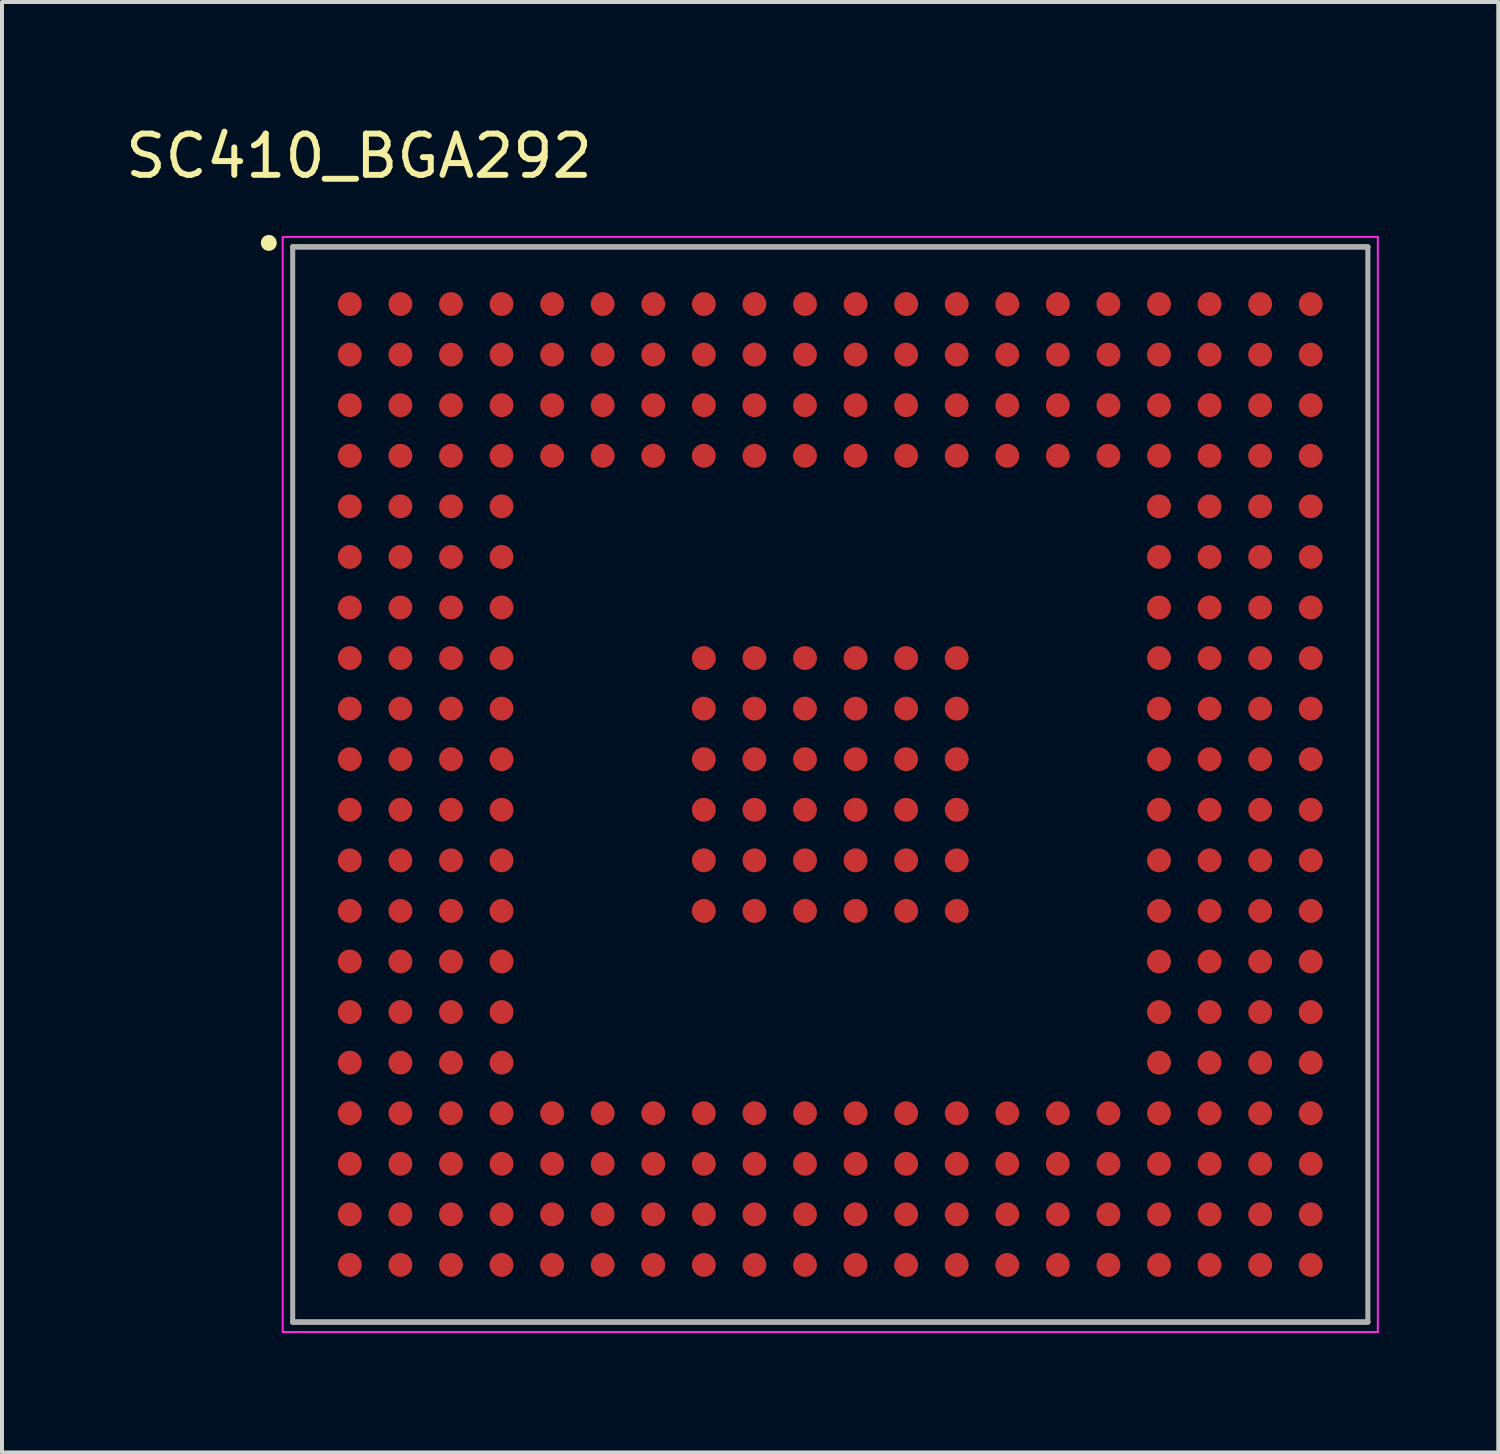
<source format=kicad_pcb>
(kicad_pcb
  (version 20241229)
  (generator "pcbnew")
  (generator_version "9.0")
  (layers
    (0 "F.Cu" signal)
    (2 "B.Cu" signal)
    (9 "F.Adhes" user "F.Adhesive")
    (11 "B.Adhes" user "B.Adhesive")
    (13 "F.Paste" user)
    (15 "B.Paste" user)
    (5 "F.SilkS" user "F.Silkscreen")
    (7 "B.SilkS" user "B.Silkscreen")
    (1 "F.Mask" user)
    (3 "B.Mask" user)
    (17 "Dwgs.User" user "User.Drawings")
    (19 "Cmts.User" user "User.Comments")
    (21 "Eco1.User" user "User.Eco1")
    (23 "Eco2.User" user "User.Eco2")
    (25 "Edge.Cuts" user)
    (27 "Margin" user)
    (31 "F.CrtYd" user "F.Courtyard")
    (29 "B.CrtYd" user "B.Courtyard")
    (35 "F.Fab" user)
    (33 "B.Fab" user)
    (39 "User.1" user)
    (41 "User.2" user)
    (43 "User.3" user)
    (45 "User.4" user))
  (footprint "SC410_BGA292"
    (layer "F.Cu")
    (at 17.8 16.65)
    (property "Reference" "SC410_BGA292" (at -11.834 -15.781 0) (layer "F.SilkS") (effects (font (size 1.036 1.036) (thickness 0.15))))
    (attr smd)
    (fp_line (start 13.5 -13.5) (end -13.5 -13.5) (stroke (width 0.127) (type solid)) (layer "F.SilkS"))
    (fp_line (start 13.5 13.5) (end -13.5 13.5) (stroke (width 0.127) (type solid)) (layer "F.SilkS"))
    (fp_circle (center -14.1 -13.6) (end -13.9 -13.6) (stroke (width 0) (type solid)) (fill yes) (layer "F.SilkS"))
    (fp_line (start -13.75 -13.75) (end 13.75 -13.75) (stroke (width 0.05) (type solid)) (layer "F.CrtYd"))
    (fp_line (start -13.75 13.75) (end -13.75 -13.75) (stroke (width 0.05) (type solid)) (layer "F.CrtYd"))
    (fp_line (start -13.75 13.75) (end 13.75 13.75) (stroke (width 0.05) (type solid)) (layer "F.CrtYd"))
    (fp_line (start 13.75 13.75) (end 13.75 -13.75) (stroke (width 0.05) (type solid)) (layer "F.CrtYd"))
    (fp_line (start -13.5 13.5) (end -13.5 -13.5) (stroke (width 0.127) (type solid)) (layer "F.Fab"))
    (fp_line (start 13.5 -13.5) (end -13.5 -13.5) (stroke (width 0.127) (type solid)) (layer "F.Fab"))
    (fp_line (start 13.5 13.5) (end -13.5 13.5) (stroke (width 0.127) (type solid)) (layer "F.Fab"))
    (fp_line (start 13.5 13.5) (end 13.5 -13.5) (stroke (width 0.127) (type solid)) (layer "F.Fab"))
    (pad "A1" smd circle (at -12.065 -12.065) (size 0.6 0.6) (layers "F.Cu" "F.Mask" "F.Paste"))
    (pad "A2" smd circle (at -10.795 -12.065) (size 0.6 0.6) (layers "F.Cu" "F.Mask" "F.Paste"))
    (pad "A3" smd circle (at -9.525 -12.065) (size 0.6 0.6) (layers "F.Cu" "F.Mask" "F.Paste"))
    (pad "A4" smd circle (at -8.255 -12.065) (size 0.6 0.6) (layers "F.Cu" "F.Mask" "F.Paste"))
    (pad "A5" smd circle (at -6.985 -12.065) (size 0.6 0.6) (layers "F.Cu" "F.Mask" "F.Paste"))
    (pad "A6" smd circle (at -5.715 -12.065) (size 0.6 0.6) (layers "F.Cu" "F.Mask" "F.Paste"))
    (pad "A7" smd circle (at -4.445 -12.065) (size 0.6 0.6) (layers "F.Cu" "F.Mask" "F.Paste"))
    (pad "A8" smd circle (at -3.175 -12.065) (size 0.6 0.6) (layers "F.Cu" "F.Mask" "F.Paste"))
    (pad "A9" smd circle (at -1.905 -12.065) (size 0.6 0.6) (layers "F.Cu" "F.Mask" "F.Paste"))
    (pad "A10" smd circle (at -0.635 -12.065) (size 0.6 0.6) (layers "F.Cu" "F.Mask" "F.Paste"))
    (pad "A11" smd circle (at 0.635 -12.065) (size 0.6 0.6) (layers "F.Cu" "F.Mask" "F.Paste"))
    (pad "A12" smd circle (at 1.905 -12.065) (size 0.6 0.6) (layers "F.Cu" "F.Mask" "F.Paste"))
    (pad "A13" smd circle (at 3.175 -12.065) (size 0.6 0.6) (layers "F.Cu" "F.Mask" "F.Paste"))
    (pad "A14" smd circle (at 4.445 -12.065) (size 0.6 0.6) (layers "F.Cu" "F.Mask" "F.Paste"))
    (pad "A15" smd circle (at 5.715 -12.065) (size 0.6 0.6) (layers "F.Cu" "F.Mask" "F.Paste"))
    (pad "A16" smd circle (at 6.985 -12.065) (size 0.6 0.6) (layers "F.Cu" "F.Mask" "F.Paste"))
    (pad "A17" smd circle (at 8.255 -12.065) (size 0.6 0.6) (layers "F.Cu" "F.Mask" "F.Paste"))
    (pad "A18" smd circle (at 9.525 -12.065) (size 0.6 0.6) (layers "F.Cu" "F.Mask" "F.Paste"))
    (pad "A19" smd circle (at 10.795 -12.065) (size 0.6 0.6) (layers "F.Cu" "F.Mask" "F.Paste"))
    (pad "A20" smd circle (at 12.065 -12.065) (size 0.6 0.6) (layers "F.Cu" "F.Mask" "F.Paste"))
    (pad "B1" smd circle (at -12.065 -10.795) (size 0.6 0.6) (layers "F.Cu" "F.Mask" "F.Paste"))
    (pad "B2" smd circle (at -10.795 -10.795) (size 0.6 0.6) (layers "F.Cu" "F.Mask" "F.Paste"))
    (pad "B3" smd circle (at -9.525 -10.795) (size 0.6 0.6) (layers "F.Cu" "F.Mask" "F.Paste"))
    (pad "B4" smd circle (at -8.255 -10.795) (size 0.6 0.6) (layers "F.Cu" "F.Mask" "F.Paste"))
    (pad "B5" smd circle (at -6.985 -10.795) (size 0.6 0.6) (layers "F.Cu" "F.Mask" "F.Paste"))
    (pad "B6" smd circle (at -5.715 -10.795) (size 0.6 0.6) (layers "F.Cu" "F.Mask" "F.Paste"))
    (pad "B7" smd circle (at -4.445 -10.795) (size 0.6 0.6) (layers "F.Cu" "F.Mask" "F.Paste"))
    (pad "B8" smd circle (at -3.175 -10.795) (size 0.6 0.6) (layers "F.Cu" "F.Mask" "F.Paste"))
    (pad "B9" smd circle (at -1.905 -10.795) (size 0.6 0.6) (layers "F.Cu" "F.Mask" "F.Paste"))
    (pad "B10" smd circle (at -0.635 -10.795) (size 0.6 0.6) (layers "F.Cu" "F.Mask" "F.Paste"))
    (pad "B11" smd circle (at 0.635 -10.795) (size 0.6 0.6) (layers "F.Cu" "F.Mask" "F.Paste"))
    (pad "B12" smd circle (at 1.905 -10.795) (size 0.6 0.6) (layers "F.Cu" "F.Mask" "F.Paste"))
    (pad "B13" smd circle (at 3.175 -10.795) (size 0.6 0.6) (layers "F.Cu" "F.Mask" "F.Paste"))
    (pad "B14" smd circle (at 4.445 -10.795) (size 0.6 0.6) (layers "F.Cu" "F.Mask" "F.Paste"))
    (pad "B15" smd circle (at 5.715 -10.795) (size 0.6 0.6) (layers "F.Cu" "F.Mask" "F.Paste"))
    (pad "B16" smd circle (at 6.985 -10.795) (size 0.6 0.6) (layers "F.Cu" "F.Mask" "F.Paste"))
    (pad "B17" smd circle (at 8.255 -10.795) (size 0.6 0.6) (layers "F.Cu" "F.Mask" "F.Paste"))
    (pad "B18" smd circle (at 9.525 -10.795) (size 0.6 0.6) (layers "F.Cu" "F.Mask" "F.Paste"))
    (pad "B19" smd circle (at 10.795 -10.795) (size 0.6 0.6) (layers "F.Cu" "F.Mask" "F.Paste"))
    (pad "B20" smd circle (at 12.065 -10.795) (size 0.6 0.6) (layers "F.Cu" "F.Mask" "F.Paste"))
    (pad "C1" smd circle (at -12.065 -9.525) (size 0.6 0.6) (layers "F.Cu" "F.Mask" "F.Paste"))
    (pad "C2" smd circle (at -10.795 -9.525) (size 0.6 0.6) (layers "F.Cu" "F.Mask" "F.Paste"))
    (pad "C3" smd circle (at -9.525 -9.525) (size 0.6 0.6) (layers "F.Cu" "F.Mask" "F.Paste"))
    (pad "C4" smd circle (at -8.255 -9.525) (size 0.6 0.6) (layers "F.Cu" "F.Mask" "F.Paste"))
    (pad "C5" smd circle (at -6.985 -9.525) (size 0.6 0.6) (layers "F.Cu" "F.Mask" "F.Paste"))
    (pad "C6" smd circle (at -5.715 -9.525) (size 0.6 0.6) (layers "F.Cu" "F.Mask" "F.Paste"))
    (pad "C7" smd circle (at -4.445 -9.525) (size 0.6 0.6) (layers "F.Cu" "F.Mask" "F.Paste"))
    (pad "C8" smd circle (at -3.175 -9.525) (size 0.6 0.6) (layers "F.Cu" "F.Mask" "F.Paste"))
    (pad "C9" smd circle (at -1.905 -9.525) (size 0.6 0.6) (layers "F.Cu" "F.Mask" "F.Paste"))
    (pad "C10" smd circle (at -0.635 -9.525) (size 0.6 0.6) (layers "F.Cu" "F.Mask" "F.Paste"))
    (pad "C11" smd circle (at 0.635 -9.525) (size 0.6 0.6) (layers "F.Cu" "F.Mask" "F.Paste"))
    (pad "C12" smd circle (at 1.905 -9.525) (size 0.6 0.6) (layers "F.Cu" "F.Mask" "F.Paste"))
    (pad "C13" smd circle (at 3.175 -9.525) (size 0.6 0.6) (layers "F.Cu" "F.Mask" "F.Paste"))
    (pad "C14" smd circle (at 4.445 -9.525) (size 0.6 0.6) (layers "F.Cu" "F.Mask" "F.Paste"))
    (pad "C15" smd circle (at 5.715 -9.525) (size 0.6 0.6) (layers "F.Cu" "F.Mask" "F.Paste"))
    (pad "C16" smd circle (at 6.985 -9.525) (size 0.6 0.6) (layers "F.Cu" "F.Mask" "F.Paste"))
    (pad "C17" smd circle (at 8.255 -9.525) (size 0.6 0.6) (layers "F.Cu" "F.Mask" "F.Paste"))
    (pad "C18" smd circle (at 9.525 -9.525) (size 0.6 0.6) (layers "F.Cu" "F.Mask" "F.Paste"))
    (pad "C19" smd circle (at 10.795 -9.525) (size 0.6 0.6) (layers "F.Cu" "F.Mask" "F.Paste"))
    (pad "C20" smd circle (at 12.065 -9.525) (size 0.6 0.6) (layers "F.Cu" "F.Mask" "F.Paste"))
    (pad "D1" smd circle (at -12.065 -8.255) (size 0.6 0.6) (layers "F.Cu" "F.Mask" "F.Paste"))
    (pad "D2" smd circle (at -10.795 -8.255) (size 0.6 0.6) (layers "F.Cu" "F.Mask" "F.Paste"))
    (pad "D3" smd circle (at -9.525 -8.255) (size 0.6 0.6) (layers "F.Cu" "F.Mask" "F.Paste"))
    (pad "D4" smd circle (at -8.255 -8.255) (size 0.6 0.6) (layers "F.Cu" "F.Mask" "F.Paste"))
    (pad "D5" smd circle (at -6.985 -8.255) (size 0.6 0.6) (layers "F.Cu" "F.Mask" "F.Paste"))
    (pad "D6" smd circle (at -5.715 -8.255) (size 0.6 0.6) (layers "F.Cu" "F.Mask" "F.Paste"))
    (pad "D7" smd circle (at -4.445 -8.255) (size 0.6 0.6) (layers "F.Cu" "F.Mask" "F.Paste"))
    (pad "D8" smd circle (at -3.175 -8.255) (size 0.6 0.6) (layers "F.Cu" "F.Mask" "F.Paste"))
    (pad "D9" smd circle (at -1.905 -8.255) (size 0.6 0.6) (layers "F.Cu" "F.Mask" "F.Paste"))
    (pad "D10" smd circle (at -0.635 -8.255) (size 0.6 0.6) (layers "F.Cu" "F.Mask" "F.Paste"))
    (pad "D11" smd circle (at 0.635 -8.255) (size 0.6 0.6) (layers "F.Cu" "F.Mask" "F.Paste"))
    (pad "D12" smd circle (at 1.905 -8.255) (size 0.6 0.6) (layers "F.Cu" "F.Mask" "F.Paste"))
    (pad "D13" smd circle (at 3.175 -8.255) (size 0.6 0.6) (layers "F.Cu" "F.Mask" "F.Paste"))
    (pad "D14" smd circle (at 4.445 -8.255) (size 0.6 0.6) (layers "F.Cu" "F.Mask" "F.Paste"))
    (pad "D15" smd circle (at 5.715 -8.255) (size 0.6 0.6) (layers "F.Cu" "F.Mask" "F.Paste"))
    (pad "D16" smd circle (at 6.985 -8.255) (size 0.6 0.6) (layers "F.Cu" "F.Mask" "F.Paste"))
    (pad "D17" smd circle (at 8.255 -8.255) (size 0.6 0.6) (layers "F.Cu" "F.Mask" "F.Paste"))
    (pad "D18" smd circle (at 9.525 -8.255) (size 0.6 0.6) (layers "F.Cu" "F.Mask" "F.Paste"))
    (pad "D19" smd circle (at 10.795 -8.255) (size 0.6 0.6) (layers "F.Cu" "F.Mask" "F.Paste"))
    (pad "D20" smd circle (at 12.065 -8.255) (size 0.6 0.6) (layers "F.Cu" "F.Mask" "F.Paste"))
    (pad "E1" smd circle (at -12.065 -6.985) (size 0.6 0.6) (layers "F.Cu" "F.Mask" "F.Paste"))
    (pad "E2" smd circle (at -10.795 -6.985) (size 0.6 0.6) (layers "F.Cu" "F.Mask" "F.Paste"))
    (pad "E3" smd circle (at -9.525 -6.985) (size 0.6 0.6) (layers "F.Cu" "F.Mask" "F.Paste"))
    (pad "E4" smd circle (at -8.255 -6.985) (size 0.6 0.6) (layers "F.Cu" "F.Mask" "F.Paste"))
    (pad "E17" smd circle (at 8.255 -6.985) (size 0.6 0.6) (layers "F.Cu" "F.Mask" "F.Paste"))
    (pad "E18" smd circle (at 9.525 -6.985) (size 0.6 0.6) (layers "F.Cu" "F.Mask" "F.Paste"))
    (pad "E19" smd circle (at 10.795 -6.985) (size 0.6 0.6) (layers "F.Cu" "F.Mask" "F.Paste"))
    (pad "E20" smd circle (at 12.065 -6.985) (size 0.6 0.6) (layers "F.Cu" "F.Mask" "F.Paste"))
    (pad "F1" smd circle (at -12.065 -5.715) (size 0.6 0.6) (layers "F.Cu" "F.Mask" "F.Paste"))
    (pad "F2" smd circle (at -10.795 -5.715) (size 0.6 0.6) (layers "F.Cu" "F.Mask" "F.Paste"))
    (pad "F3" smd circle (at -9.525 -5.715) (size 0.6 0.6) (layers "F.Cu" "F.Mask" "F.Paste"))
    (pad "F4" smd circle (at -8.255 -5.715) (size 0.6 0.6) (layers "F.Cu" "F.Mask" "F.Paste"))
    (pad "F17" smd circle (at 8.255 -5.715) (size 0.6 0.6) (layers "F.Cu" "F.Mask" "F.Paste"))
    (pad "F18" smd circle (at 9.525 -5.715) (size 0.6 0.6) (layers "F.Cu" "F.Mask" "F.Paste"))
    (pad "F19" smd circle (at 10.795 -5.715) (size 0.6 0.6) (layers "F.Cu" "F.Mask" "F.Paste"))
    (pad "F20" smd circle (at 12.065 -5.715) (size 0.6 0.6) (layers "F.Cu" "F.Mask" "F.Paste"))
    (pad "G1" smd circle (at -12.065 -4.445) (size 0.6 0.6) (layers "F.Cu" "F.Mask" "F.Paste"))
    (pad "G2" smd circle (at -10.795 -4.445) (size 0.6 0.6) (layers "F.Cu" "F.Mask" "F.Paste"))
    (pad "G3" smd circle (at -9.525 -4.445) (size 0.6 0.6) (layers "F.Cu" "F.Mask" "F.Paste"))
    (pad "G4" smd circle (at -8.255 -4.445) (size 0.6 0.6) (layers "F.Cu" "F.Mask" "F.Paste"))
    (pad "G17" smd circle (at 8.255 -4.445) (size 0.6 0.6) (layers "F.Cu" "F.Mask" "F.Paste"))
    (pad "G18" smd circle (at 9.525 -4.445) (size 0.6 0.6) (layers "F.Cu" "F.Mask" "F.Paste"))
    (pad "G19" smd circle (at 10.795 -4.445) (size 0.6 0.6) (layers "F.Cu" "F.Mask" "F.Paste"))
    (pad "G20" smd circle (at 12.065 -4.445) (size 0.6 0.6) (layers "F.Cu" "F.Mask" "F.Paste"))
    (pad "H1" smd circle (at -12.065 -3.175) (size 0.6 0.6) (layers "F.Cu" "F.Mask" "F.Paste"))
    (pad "H2" smd circle (at -10.795 -3.175) (size 0.6 0.6) (layers "F.Cu" "F.Mask" "F.Paste"))
    (pad "H3" smd circle (at -9.525 -3.175) (size 0.6 0.6) (layers "F.Cu" "F.Mask" "F.Paste"))
    (pad "H4" smd circle (at -8.255 -3.175) (size 0.6 0.6) (layers "F.Cu" "F.Mask" "F.Paste"))
    (pad "H8" smd circle (at -3.175 -3.175) (size 0.6 0.6) (layers "F.Cu" "F.Mask" "F.Paste"))
    (pad "H9" smd circle (at -1.905 -3.175) (size 0.6 0.6) (layers "F.Cu" "F.Mask" "F.Paste"))
    (pad "H10" smd circle (at -0.635 -3.175) (size 0.6 0.6) (layers "F.Cu" "F.Mask" "F.Paste"))
    (pad "H11" smd circle (at 0.635 -3.175) (size 0.6 0.6) (layers "F.Cu" "F.Mask" "F.Paste"))
    (pad "H12" smd circle (at 1.905 -3.175) (size 0.6 0.6) (layers "F.Cu" "F.Mask" "F.Paste"))
    (pad "H13" smd circle (at 3.175 -3.175) (size 0.6 0.6) (layers "F.Cu" "F.Mask" "F.Paste"))
    (pad "H17" smd circle (at 8.255 -3.175) (size 0.6 0.6) (layers "F.Cu" "F.Mask" "F.Paste"))
    (pad "H18" smd circle (at 9.525 -3.175) (size 0.6 0.6) (layers "F.Cu" "F.Mask" "F.Paste"))
    (pad "H19" smd circle (at 10.795 -3.175) (size 0.6 0.6) (layers "F.Cu" "F.Mask" "F.Paste"))
    (pad "H20" smd circle (at 12.065 -3.175) (size 0.6 0.6) (layers "F.Cu" "F.Mask" "F.Paste"))
    (pad "J1" smd circle (at -12.065 -1.905) (size 0.6 0.6) (layers "F.Cu" "F.Mask" "F.Paste"))
    (pad "J2" smd circle (at -10.795 -1.905) (size 0.6 0.6) (layers "F.Cu" "F.Mask" "F.Paste"))
    (pad "J3" smd circle (at -9.525 -1.905) (size 0.6 0.6) (layers "F.Cu" "F.Mask" "F.Paste"))
    (pad "J4" smd circle (at -8.255 -1.905) (size 0.6 0.6) (layers "F.Cu" "F.Mask" "F.Paste"))
    (pad "J8" smd circle (at -3.175 -1.905) (size 0.6 0.6) (layers "F.Cu" "F.Mask" "F.Paste"))
    (pad "J9" smd circle (at -1.905 -1.905) (size 0.6 0.6) (layers "F.Cu" "F.Mask" "F.Paste"))
    (pad "J10" smd circle (at -0.635 -1.905) (size 0.6 0.6) (layers "F.Cu" "F.Mask" "F.Paste"))
    (pad "J11" smd circle (at 0.635 -1.905) (size 0.6 0.6) (layers "F.Cu" "F.Mask" "F.Paste"))
    (pad "J12" smd circle (at 1.905 -1.905) (size 0.6 0.6) (layers "F.Cu" "F.Mask" "F.Paste"))
    (pad "J13" smd circle (at 3.175 -1.905) (size 0.6 0.6) (layers "F.Cu" "F.Mask" "F.Paste"))
    (pad "J17" smd circle (at 8.255 -1.905) (size 0.6 0.6) (layers "F.Cu" "F.Mask" "F.Paste"))
    (pad "J18" smd circle (at 9.525 -1.905) (size 0.6 0.6) (layers "F.Cu" "F.Mask" "F.Paste"))
    (pad "J19" smd circle (at 10.795 -1.905) (size 0.6 0.6) (layers "F.Cu" "F.Mask" "F.Paste"))
    (pad "J20" smd circle (at 12.065 -1.905) (size 0.6 0.6) (layers "F.Cu" "F.Mask" "F.Paste"))
    (pad "K1" smd circle (at -12.065 -0.635) (size 0.6 0.6) (layers "F.Cu" "F.Mask" "F.Paste"))
    (pad "K2" smd circle (at -10.795 -0.635) (size 0.6 0.6) (layers "F.Cu" "F.Mask" "F.Paste"))
    (pad "K3" smd circle (at -9.525 -0.635) (size 0.6 0.6) (layers "F.Cu" "F.Mask" "F.Paste"))
    (pad "K4" smd circle (at -8.255 -0.635) (size 0.6 0.6) (layers "F.Cu" "F.Mask" "F.Paste"))
    (pad "K8" smd circle (at -3.175 -0.635) (size 0.6 0.6) (layers "F.Cu" "F.Mask" "F.Paste"))
    (pad "K9" smd circle (at -1.905 -0.635) (size 0.6 0.6) (layers "F.Cu" "F.Mask" "F.Paste"))
    (pad "K10" smd circle (at -0.635 -0.635) (size 0.6 0.6) (layers "F.Cu" "F.Mask" "F.Paste"))
    (pad "K11" smd circle (at 0.635 -0.635) (size 0.6 0.6) (layers "F.Cu" "F.Mask" "F.Paste"))
    (pad "K12" smd circle (at 1.905 -0.635) (size 0.6 0.6) (layers "F.Cu" "F.Mask" "F.Paste"))
    (pad "K13" smd circle (at 3.175 -0.635) (size 0.6 0.6) (layers "F.Cu" "F.Mask" "F.Paste"))
    (pad "K17" smd circle (at 8.255 -0.635) (size 0.6 0.6) (layers "F.Cu" "F.Mask" "F.Paste"))
    (pad "K18" smd circle (at 9.525 -0.635) (size 0.6 0.6) (layers "F.Cu" "F.Mask" "F.Paste"))
    (pad "K19" smd circle (at 10.795 -0.635) (size 0.6 0.6) (layers "F.Cu" "F.Mask" "F.Paste"))
    (pad "K20" smd circle (at 12.065 -0.635) (size 0.6 0.6) (layers "F.Cu" "F.Mask" "F.Paste"))
    (pad "L1" smd circle (at -12.065 0.635) (size 0.6 0.6) (layers "F.Cu" "F.Mask" "F.Paste"))
    (pad "L2" smd circle (at -10.795 0.635) (size 0.6 0.6) (layers "F.Cu" "F.Mask" "F.Paste"))
    (pad "L3" smd circle (at -9.525 0.635) (size 0.6 0.6) (layers "F.Cu" "F.Mask" "F.Paste"))
    (pad "L4" smd circle (at -8.255 0.635) (size 0.6 0.6) (layers "F.Cu" "F.Mask" "F.Paste"))
    (pad "L8" smd circle (at -3.175 0.635) (size 0.6 0.6) (layers "F.Cu" "F.Mask" "F.Paste"))
    (pad "L9" smd circle (at -1.905 0.635) (size 0.6 0.6) (layers "F.Cu" "F.Mask" "F.Paste"))
    (pad "L10" smd circle (at -0.635 0.635) (size 0.6 0.6) (layers "F.Cu" "F.Mask" "F.Paste"))
    (pad "L11" smd circle (at 0.635 0.635) (size 0.6 0.6) (layers "F.Cu" "F.Mask" "F.Paste"))
    (pad "L12" smd circle (at 1.905 0.635) (size 0.6 0.6) (layers "F.Cu" "F.Mask" "F.Paste"))
    (pad "L13" smd circle (at 3.175 0.635) (size 0.6 0.6) (layers "F.Cu" "F.Mask" "F.Paste"))
    (pad "L17" smd circle (at 8.255 0.635) (size 0.6 0.6) (layers "F.Cu" "F.Mask" "F.Paste"))
    (pad "L18" smd circle (at 9.525 0.635) (size 0.6 0.6) (layers "F.Cu" "F.Mask" "F.Paste"))
    (pad "L19" smd circle (at 10.795 0.635) (size 0.6 0.6) (layers "F.Cu" "F.Mask" "F.Paste"))
    (pad "L20" smd circle (at 12.065 0.635) (size 0.6 0.6) (layers "F.Cu" "F.Mask" "F.Paste"))
    (pad "M1" smd circle (at -12.065 1.905) (size 0.6 0.6) (layers "F.Cu" "F.Mask" "F.Paste"))
    (pad "M2" smd circle (at -10.795 1.905) (size 0.6 0.6) (layers "F.Cu" "F.Mask" "F.Paste"))
    (pad "M3" smd circle (at -9.525 1.905) (size 0.6 0.6) (layers "F.Cu" "F.Mask" "F.Paste"))
    (pad "M4" smd circle (at -8.255 1.905) (size 0.6 0.6) (layers "F.Cu" "F.Mask" "F.Paste"))
    (pad "M8" smd circle (at -3.175 1.905) (size 0.6 0.6) (layers "F.Cu" "F.Mask" "F.Paste"))
    (pad "M9" smd circle (at -1.905 1.905) (size 0.6 0.6) (layers "F.Cu" "F.Mask" "F.Paste"))
    (pad "M10" smd circle (at -0.635 1.905) (size 0.6 0.6) (layers "F.Cu" "F.Mask" "F.Paste"))
    (pad "M11" smd circle (at 0.635 1.905) (size 0.6 0.6) (layers "F.Cu" "F.Mask" "F.Paste"))
    (pad "M12" smd circle (at 1.905 1.905) (size 0.6 0.6) (layers "F.Cu" "F.Mask" "F.Paste"))
    (pad "M13" smd circle (at 3.175 1.905) (size 0.6 0.6) (layers "F.Cu" "F.Mask" "F.Paste"))
    (pad "M17" smd circle (at 8.255 1.905) (size 0.6 0.6) (layers "F.Cu" "F.Mask" "F.Paste"))
    (pad "M18" smd circle (at 9.525 1.905) (size 0.6 0.6) (layers "F.Cu" "F.Mask" "F.Paste"))
    (pad "M19" smd circle (at 10.795 1.905) (size 0.6 0.6) (layers "F.Cu" "F.Mask" "F.Paste"))
    (pad "M20" smd circle (at 12.065 1.905) (size 0.6 0.6) (layers "F.Cu" "F.Mask" "F.Paste"))
    (pad "N1" smd circle (at -12.065 3.175) (size 0.6 0.6) (layers "F.Cu" "F.Mask" "F.Paste"))
    (pad "N2" smd circle (at -10.795 3.175) (size 0.6 0.6) (layers "F.Cu" "F.Mask" "F.Paste"))
    (pad "N3" smd circle (at -9.525 3.175) (size 0.6 0.6) (layers "F.Cu" "F.Mask" "F.Paste"))
    (pad "N4" smd circle (at -8.255 3.175) (size 0.6 0.6) (layers "F.Cu" "F.Mask" "F.Paste"))
    (pad "N8" smd circle (at -3.175 3.175) (size 0.6 0.6) (layers "F.Cu" "F.Mask" "F.Paste"))
    (pad "N9" smd circle (at -1.905 3.175) (size 0.6 0.6) (layers "F.Cu" "F.Mask" "F.Paste"))
    (pad "N10" smd circle (at -0.635 3.175) (size 0.6 0.6) (layers "F.Cu" "F.Mask" "F.Paste"))
    (pad "N11" smd circle (at 0.635 3.175) (size 0.6 0.6) (layers "F.Cu" "F.Mask" "F.Paste"))
    (pad "N12" smd circle (at 1.905 3.175) (size 0.6 0.6) (layers "F.Cu" "F.Mask" "F.Paste"))
    (pad "N13" smd circle (at 3.175 3.175) (size 0.6 0.6) (layers "F.Cu" "F.Mask" "F.Paste"))
    (pad "N17" smd circle (at 8.255 3.175) (size 0.6 0.6) (layers "F.Cu" "F.Mask" "F.Paste"))
    (pad "N18" smd circle (at 9.525 3.175) (size 0.6 0.6) (layers "F.Cu" "F.Mask" "F.Paste"))
    (pad "N19" smd circle (at 10.795 3.175) (size 0.6 0.6) (layers "F.Cu" "F.Mask" "F.Paste"))
    (pad "N20" smd circle (at 12.065 3.175) (size 0.6 0.6) (layers "F.Cu" "F.Mask" "F.Paste"))
    (pad "P1" smd circle (at -12.065 4.445) (size 0.6 0.6) (layers "F.Cu" "F.Mask" "F.Paste"))
    (pad "P2" smd circle (at -10.795 4.445) (size 0.6 0.6) (layers "F.Cu" "F.Mask" "F.Paste"))
    (pad "P3" smd circle (at -9.525 4.445) (size 0.6 0.6) (layers "F.Cu" "F.Mask" "F.Paste"))
    (pad "P4" smd circle (at -8.255 4.445) (size 0.6 0.6) (layers "F.Cu" "F.Mask" "F.Paste"))
    (pad "P17" smd circle (at 8.255 4.445) (size 0.6 0.6) (layers "F.Cu" "F.Mask" "F.Paste"))
    (pad "P18" smd circle (at 9.525 4.445) (size 0.6 0.6) (layers "F.Cu" "F.Mask" "F.Paste"))
    (pad "P19" smd circle (at 10.795 4.445) (size 0.6 0.6) (layers "F.Cu" "F.Mask" "F.Paste"))
    (pad "P20" smd circle (at 12.065 4.445) (size 0.6 0.6) (layers "F.Cu" "F.Mask" "F.Paste"))
    (pad "R1" smd circle (at -12.065 5.715) (size 0.6 0.6) (layers "F.Cu" "F.Mask" "F.Paste"))
    (pad "R2" smd circle (at -10.795 5.715) (size 0.6 0.6) (layers "F.Cu" "F.Mask" "F.Paste"))
    (pad "R3" smd circle (at -9.525 5.715) (size 0.6 0.6) (layers "F.Cu" "F.Mask" "F.Paste"))
    (pad "R4" smd circle (at -8.255 5.715) (size 0.6 0.6) (layers "F.Cu" "F.Mask" "F.Paste"))
    (pad "R17" smd circle (at 8.255 5.715) (size 0.6 0.6) (layers "F.Cu" "F.Mask" "F.Paste"))
    (pad "R18" smd circle (at 9.525 5.715) (size 0.6 0.6) (layers "F.Cu" "F.Mask" "F.Paste"))
    (pad "R19" smd circle (at 10.795 5.715) (size 0.6 0.6) (layers "F.Cu" "F.Mask" "F.Paste"))
    (pad "R20" smd circle (at 12.065 5.715) (size 0.6 0.6) (layers "F.Cu" "F.Mask" "F.Paste"))
    (pad "T1" smd circle (at -12.065 6.985) (size 0.6 0.6) (layers "F.Cu" "F.Mask" "F.Paste"))
    (pad "T2" smd circle (at -10.795 6.985) (size 0.6 0.6) (layers "F.Cu" "F.Mask" "F.Paste"))
    (pad "T3" smd circle (at -9.525 6.985) (size 0.6 0.6) (layers "F.Cu" "F.Mask" "F.Paste"))
    (pad "T4" smd circle (at -8.255 6.985) (size 0.6 0.6) (layers "F.Cu" "F.Mask" "F.Paste"))
    (pad "T17" smd circle (at 8.255 6.985) (size 0.6 0.6) (layers "F.Cu" "F.Mask" "F.Paste"))
    (pad "T18" smd circle (at 9.525 6.985) (size 0.6 0.6) (layers "F.Cu" "F.Mask" "F.Paste"))
    (pad "T19" smd circle (at 10.795 6.985) (size 0.6 0.6) (layers "F.Cu" "F.Mask" "F.Paste"))
    (pad "T20" smd circle (at 12.065 6.985) (size 0.6 0.6) (layers "F.Cu" "F.Mask" "F.Paste"))
    (pad "U1" smd circle (at -12.065 8.255) (size 0.6 0.6) (layers "F.Cu" "F.Mask" "F.Paste"))
    (pad "U2" smd circle (at -10.795 8.255) (size 0.6 0.6) (layers "F.Cu" "F.Mask" "F.Paste"))
    (pad "U3" smd circle (at -9.525 8.255) (size 0.6 0.6) (layers "F.Cu" "F.Mask" "F.Paste"))
    (pad "U4" smd circle (at -8.255 8.255) (size 0.6 0.6) (layers "F.Cu" "F.Mask" "F.Paste"))
    (pad "U5" smd circle (at -6.985 8.255) (size 0.6 0.6) (layers "F.Cu" "F.Mask" "F.Paste"))
    (pad "U6" smd circle (at -5.715 8.255) (size 0.6 0.6) (layers "F.Cu" "F.Mask" "F.Paste"))
    (pad "U7" smd circle (at -4.445 8.255) (size 0.6 0.6) (layers "F.Cu" "F.Mask" "F.Paste"))
    (pad "U8" smd circle (at -3.175 8.255) (size 0.6 0.6) (layers "F.Cu" "F.Mask" "F.Paste"))
    (pad "U9" smd circle (at -1.905 8.255) (size 0.6 0.6) (layers "F.Cu" "F.Mask" "F.Paste"))
    (pad "U10" smd circle (at -0.635 8.255) (size 0.6 0.6) (layers "F.Cu" "F.Mask" "F.Paste"))
    (pad "U11" smd circle (at 0.635 8.255) (size 0.6 0.6) (layers "F.Cu" "F.Mask" "F.Paste"))
    (pad "U12" smd circle (at 1.905 8.255) (size 0.6 0.6) (layers "F.Cu" "F.Mask" "F.Paste"))
    (pad "U13" smd circle (at 3.175 8.255) (size 0.6 0.6) (layers "F.Cu" "F.Mask" "F.Paste"))
    (pad "U14" smd circle (at 4.445 8.255) (size 0.6 0.6) (layers "F.Cu" "F.Mask" "F.Paste"))
    (pad "U15" smd circle (at 5.715 8.255) (size 0.6 0.6) (layers "F.Cu" "F.Mask" "F.Paste"))
    (pad "U16" smd circle (at 6.985 8.255) (size 0.6 0.6) (layers "F.Cu" "F.Mask" "F.Paste"))
    (pad "U17" smd circle (at 8.255 8.255) (size 0.6 0.6) (layers "F.Cu" "F.Mask" "F.Paste"))
    (pad "U18" smd circle (at 9.525 8.255) (size 0.6 0.6) (layers "F.Cu" "F.Mask" "F.Paste"))
    (pad "U19" smd circle (at 10.795 8.255) (size 0.6 0.6) (layers "F.Cu" "F.Mask" "F.Paste"))
    (pad "U20" smd circle (at 12.065 8.255) (size 0.6 0.6) (layers "F.Cu" "F.Mask" "F.Paste"))
    (pad "V1" smd circle (at -12.065 9.525) (size 0.6 0.6) (layers "F.Cu" "F.Mask" "F.Paste"))
    (pad "V2" smd circle (at -10.795 9.525) (size 0.6 0.6) (layers "F.Cu" "F.Mask" "F.Paste"))
    (pad "V3" smd circle (at -9.525 9.525) (size 0.6 0.6) (layers "F.Cu" "F.Mask" "F.Paste"))
    (pad "V4" smd circle (at -8.255 9.525) (size 0.6 0.6) (layers "F.Cu" "F.Mask" "F.Paste"))
    (pad "V5" smd circle (at -6.985 9.525) (size 0.6 0.6) (layers "F.Cu" "F.Mask" "F.Paste"))
    (pad "V6" smd circle (at -5.715 9.525) (size 0.6 0.6) (layers "F.Cu" "F.Mask" "F.Paste"))
    (pad "V7" smd circle (at -4.445 9.525) (size 0.6 0.6) (layers "F.Cu" "F.Mask" "F.Paste"))
    (pad "V8" smd circle (at -3.175 9.525) (size 0.6 0.6) (layers "F.Cu" "F.Mask" "F.Paste"))
    (pad "V9" smd circle (at -1.905 9.525) (size 0.6 0.6) (layers "F.Cu" "F.Mask" "F.Paste"))
    (pad "V10" smd circle (at -0.635 9.525) (size 0.6 0.6) (layers "F.Cu" "F.Mask" "F.Paste"))
    (pad "V11" smd circle (at 0.635 9.525) (size 0.6 0.6) (layers "F.Cu" "F.Mask" "F.Paste"))
    (pad "V12" smd circle (at 1.905 9.525) (size 0.6 0.6) (layers "F.Cu" "F.Mask" "F.Paste"))
    (pad "V13" smd circle (at 3.175 9.525) (size 0.6 0.6) (layers "F.Cu" "F.Mask" "F.Paste"))
    (pad "V14" smd circle (at 4.445 9.525) (size 0.6 0.6) (layers "F.Cu" "F.Mask" "F.Paste"))
    (pad "V15" smd circle (at 5.715 9.525) (size 0.6 0.6) (layers "F.Cu" "F.Mask" "F.Paste"))
    (pad "V16" smd circle (at 6.985 9.525) (size 0.6 0.6) (layers "F.Cu" "F.Mask" "F.Paste"))
    (pad "V17" smd circle (at 8.255 9.525) (size 0.6 0.6) (layers "F.Cu" "F.Mask" "F.Paste"))
    (pad "V18" smd circle (at 9.525 9.525) (size 0.6 0.6) (layers "F.Cu" "F.Mask" "F.Paste"))
    (pad "V19" smd circle (at 10.795 9.525) (size 0.6 0.6) (layers "F.Cu" "F.Mask" "F.Paste"))
    (pad "V20" smd circle (at 12.065 9.525) (size 0.6 0.6) (layers "F.Cu" "F.Mask" "F.Paste"))
    (pad "W1" smd circle (at -12.065 10.795) (size 0.6 0.6) (layers "F.Cu" "F.Mask" "F.Paste"))
    (pad "W2" smd circle (at -10.795 10.795) (size 0.6 0.6) (layers "F.Cu" "F.Mask" "F.Paste"))
    (pad "W3" smd circle (at -9.525 10.795) (size 0.6 0.6) (layers "F.Cu" "F.Mask" "F.Paste"))
    (pad "W4" smd circle (at -8.255 10.795) (size 0.6 0.6) (layers "F.Cu" "F.Mask" "F.Paste"))
    (pad "W5" smd circle (at -6.985 10.795) (size 0.6 0.6) (layers "F.Cu" "F.Mask" "F.Paste"))
    (pad "W6" smd circle (at -5.715 10.795) (size 0.6 0.6) (layers "F.Cu" "F.Mask" "F.Paste"))
    (pad "W7" smd circle (at -4.445 10.795) (size 0.6 0.6) (layers "F.Cu" "F.Mask" "F.Paste"))
    (pad "W8" smd circle (at -3.175 10.795) (size 0.6 0.6) (layers "F.Cu" "F.Mask" "F.Paste"))
    (pad "W9" smd circle (at -1.905 10.795) (size 0.6 0.6) (layers "F.Cu" "F.Mask" "F.Paste"))
    (pad "W10" smd circle (at -0.635 10.795) (size 0.6 0.6) (layers "F.Cu" "F.Mask" "F.Paste"))
    (pad "W11" smd circle (at 0.635 10.795) (size 0.6 0.6) (layers "F.Cu" "F.Mask" "F.Paste"))
    (pad "W12" smd circle (at 1.905 10.795) (size 0.6 0.6) (layers "F.Cu" "F.Mask" "F.Paste"))
    (pad "W13" smd circle (at 3.175 10.795) (size 0.6 0.6) (layers "F.Cu" "F.Mask" "F.Paste"))
    (pad "W14" smd circle (at 4.445 10.795) (size 0.6 0.6) (layers "F.Cu" "F.Mask" "F.Paste"))
    (pad "W15" smd circle (at 5.715 10.795) (size 0.6 0.6) (layers "F.Cu" "F.Mask" "F.Paste"))
    (pad "W16" smd circle (at 6.985 10.795) (size 0.6 0.6) (layers "F.Cu" "F.Mask" "F.Paste"))
    (pad "W17" smd circle (at 8.255 10.795) (size 0.6 0.6) (layers "F.Cu" "F.Mask" "F.Paste"))
    (pad "W18" smd circle (at 9.525 10.795) (size 0.6 0.6) (layers "F.Cu" "F.Mask" "F.Paste"))
    (pad "W19" smd circle (at 10.795 10.795) (size 0.6 0.6) (layers "F.Cu" "F.Mask" "F.Paste"))
    (pad "W20" smd circle (at 12.065 10.795) (size 0.6 0.6) (layers "F.Cu" "F.Mask" "F.Paste"))
    (pad "Y1" smd circle (at -12.065 12.065) (size 0.6 0.6) (layers "F.Cu" "F.Mask" "F.Paste"))
    (pad "Y2" smd circle (at -10.795 12.065) (size 0.6 0.6) (layers "F.Cu" "F.Mask" "F.Paste"))
    (pad "Y3" smd circle (at -9.525 12.065) (size 0.6 0.6) (layers "F.Cu" "F.Mask" "F.Paste"))
    (pad "Y4" smd circle (at -8.255 12.065) (size 0.6 0.6) (layers "F.Cu" "F.Mask" "F.Paste"))
    (pad "Y5" smd circle (at -6.985 12.065) (size 0.6 0.6) (layers "F.Cu" "F.Mask" "F.Paste"))
    (pad "Y6" smd circle (at -5.715 12.065) (size 0.6 0.6) (layers "F.Cu" "F.Mask" "F.Paste"))
    (pad "Y7" smd circle (at -4.445 12.065) (size 0.6 0.6) (layers "F.Cu" "F.Mask" "F.Paste"))
    (pad "Y8" smd circle (at -3.175 12.065) (size 0.6 0.6) (layers "F.Cu" "F.Mask" "F.Paste"))
    (pad "Y9" smd circle (at -1.905 12.065) (size 0.6 0.6) (layers "F.Cu" "F.Mask" "F.Paste"))
    (pad "Y10" smd circle (at -0.635 12.065) (size 0.6 0.6) (layers "F.Cu" "F.Mask" "F.Paste"))
    (pad "Y11" smd circle (at 0.635 12.065) (size 0.6 0.6) (layers "F.Cu" "F.Mask" "F.Paste"))
    (pad "Y12" smd circle (at 1.905 12.065) (size 0.6 0.6) (layers "F.Cu" "F.Mask" "F.Paste"))
    (pad "Y13" smd circle (at 3.175 12.065) (size 0.6 0.6) (layers "F.Cu" "F.Mask" "F.Paste"))
    (pad "Y14" smd circle (at 4.445 12.065) (size 0.6 0.6) (layers "F.Cu" "F.Mask" "F.Paste"))
    (pad "Y15" smd circle (at 5.715 12.065) (size 0.6 0.6) (layers "F.Cu" "F.Mask" "F.Paste"))
    (pad "Y16" smd circle (at 6.985 12.065) (size 0.6 0.6) (layers "F.Cu" "F.Mask" "F.Paste"))
    (pad "Y17" smd circle (at 8.255 12.065) (size 0.6 0.6) (layers "F.Cu" "F.Mask" "F.Paste"))
    (pad "Y18" smd circle (at 9.525 12.065) (size 0.6 0.6) (layers "F.Cu" "F.Mask" "F.Paste"))
    (pad "Y19" smd circle (at 10.795 12.065) (size 0.6 0.6) (layers "F.Cu" "F.Mask" "F.Paste"))
    (pad "Y20" smd circle (at 12.065 12.065) (size 0.6 0.6) (layers "F.Cu" "F.Mask" "F.Paste")))
  (gr_rect
    (start -3 -3)
    (end 34.575 33.425)
    (stroke (width 0.1) (type default))
    (fill no)
    (layer "Edge.Cuts")))
</source>
